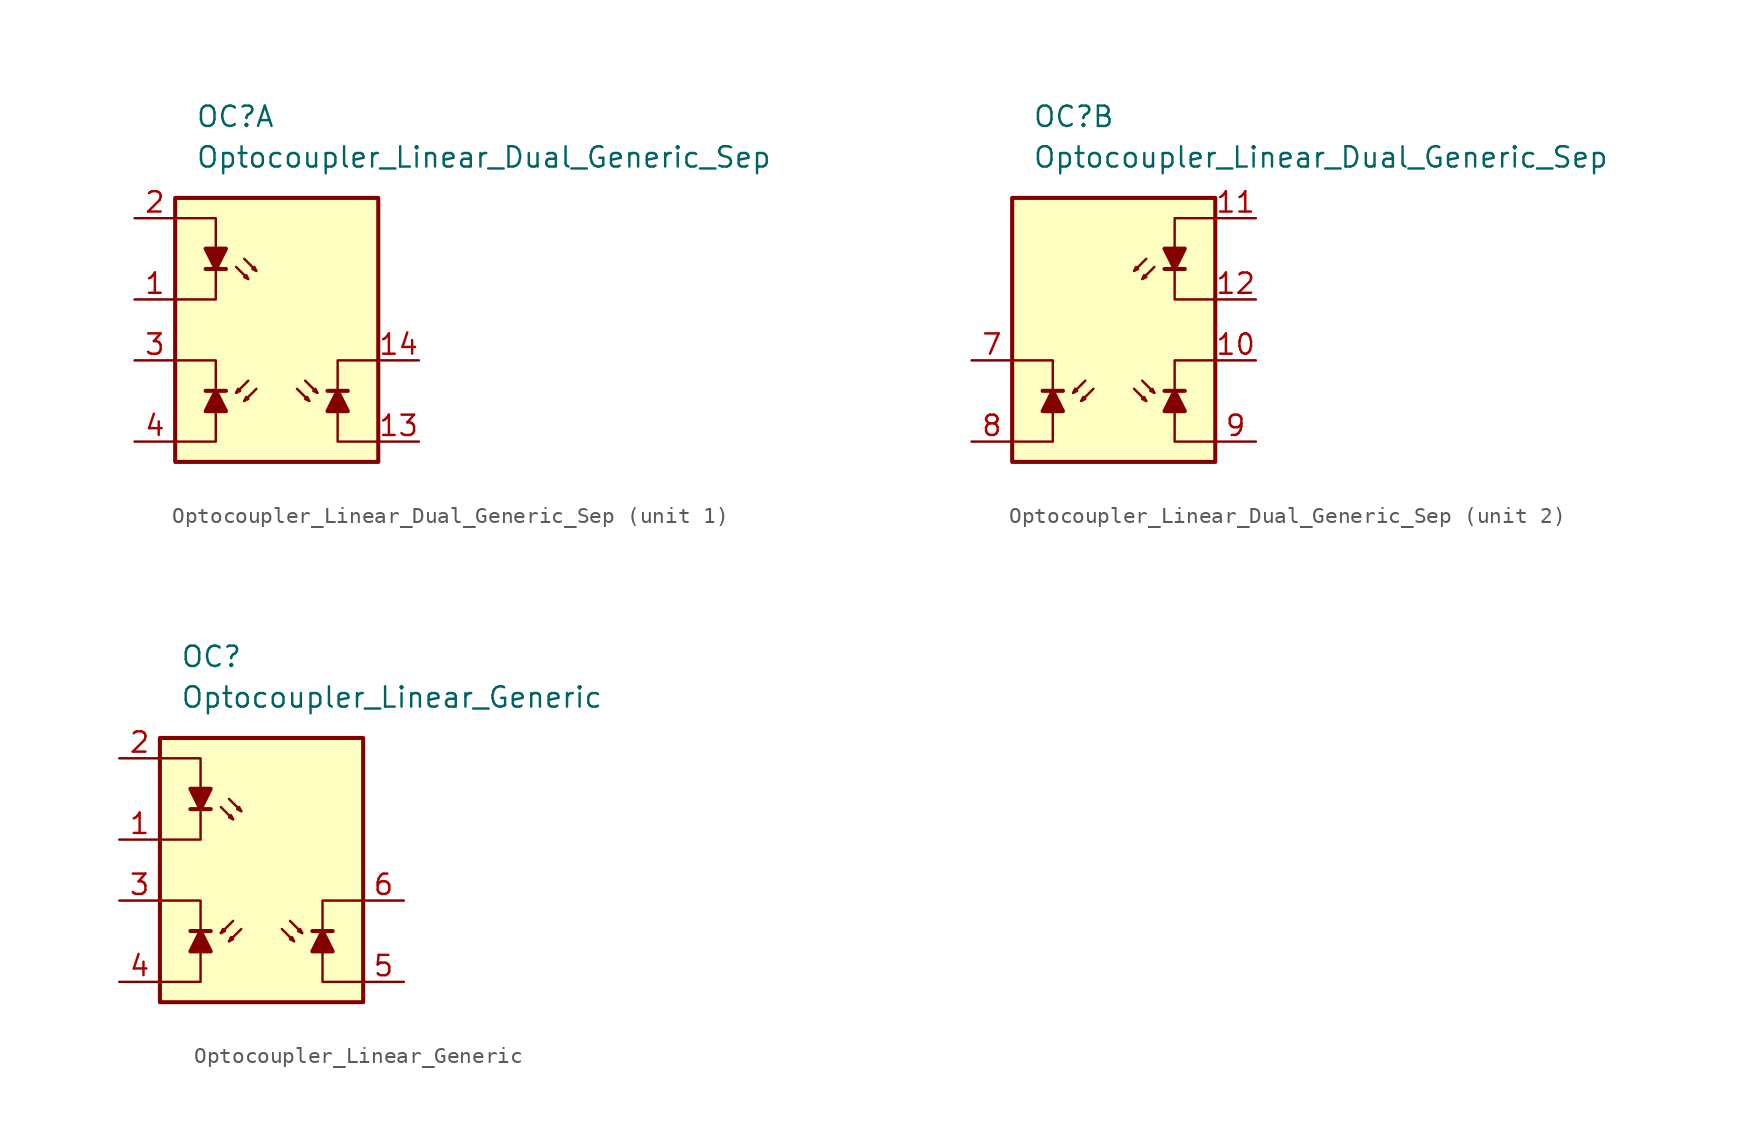
<source format=kicad_sym>
(kicad_symbol_lib
  (version 20211014)
  (generator kicad_symbol_editor)
  (symbol "Optocoupler_Linear_Dual_Generic_Sep"
    (pin_names
      (offset 1.016))
    (property "Reference" "OC"
      (at -5.08 12.7 0)
      (effects (font (size 1.27 1.27)) (justify left)))
    (property "Value" "Optocoupler_Linear_Dual_Generic_Sep"
      (at -5.08 10.16 0)
      (effects (font (size 1.27 1.27)) (justify left)))
    (property "ki_locked" ""
      (at 0 0 0)
      (effects (font (size 1.27 1.27))))
    (symbol "Optocoupler_Linear_Dual_Generic_Sep_0_0"
      (rectangle (start 6.35 7.62) (end -6.35 -8.89) (stroke (width 0.254) (type default) (color 0 0 0 0)) (fill (type background))))
    (symbol "Optocoupler_Linear_Dual_Generic_Sep_1_1"
      (polyline (pts (xy -4.445 -4.445) (xy -3.175 -4.445)) (stroke (width 0.254) (type default) (color 0 0 0 0)) (fill (type none)))
      (polyline (pts (xy -4.445 3.175) (xy -3.175 3.175)) (stroke (width 0.254) (type default) (color 0 0 0 0)) (fill (type none)))
      (polyline (pts (xy -1.778 -3.81) (xy -2.54 -4.572)) (stroke (width 0) (type default) (color 0 0 0 0)) (fill (type none)))
      (polyline (pts (xy -1.27 -4.318) (xy -2.032 -5.08)) (stroke (width 0) (type default) (color 0 0 0 0)) (fill (type none)))
      (polyline (pts (xy 1.27 -4.318) (xy 2.032 -5.08)) (stroke (width 0) (type default) (color 0 0 0 0)) (fill (type none)))
      (polyline (pts (xy 1.778 -3.81) (xy 2.54 -4.572)) (stroke (width 0) (type default) (color 0 0 0 0)) (fill (type none)))
      (polyline (pts (xy 4.445 -4.445) (xy 3.175 -4.445)) (stroke (width 0.254) (type default) (color 0 0 0 0)) (fill (type none)))
      (polyline (pts (xy -6.35 -7.62) (xy -3.81 -7.62) (xy -3.81 -4.445)) (stroke (width 0) (type default) (color 0 0 0 0)) (fill (type none)))
      (polyline (pts (xy -3.81 -4.445) (xy -3.81 -2.54) (xy -6.35 -2.54)) (stroke (width 0) (type default) (color 0 0 0 0)) (fill (type none)))
      (polyline (pts (xy 3.81 -4.445) (xy 3.81 -2.54) (xy 6.35 -2.54)) (stroke (width 0) (type default) (color 0 0 0 0)) (fill (type none)))
      (polyline (pts (xy 6.35 -7.62) (xy 3.81 -7.62) (xy 3.81 -4.445)) (stroke (width 0) (type default) (color 0 0 0 0)) (fill (type none)))
      (polyline (pts (xy -6.35 6.35) (xy -3.81 6.35) (xy -3.81 1.27) (xy -6.35 1.27)) (stroke (width 0.152) (type default) (color 0 0 0 0)) (fill (type none)))
      (polyline (pts (xy -4.445 4.445) (xy -3.175 4.445) (xy -3.81 3.175) (xy -4.445 4.445)) (stroke (width 0.254) (type default) (color 0 0 0 0)) (fill (type outline)))
      (polyline (pts (xy -3.81 -4.445) (xy -4.445 -5.715) (xy -3.175 -5.715) (xy -3.81 -4.445)) (stroke (width 0.254) (type default) (color 0 0 0 0)) (fill (type outline)))
      (polyline (pts (xy -2.54 -4.572) (xy -2.286 -4.445) (xy -2.413 -4.318) (xy -2.54 -4.572)) (stroke (width 0) (type default) (color 0 0 0 0)) (fill (type none)))
      (polyline (pts (xy -2.032 -5.08) (xy -1.778 -4.953) (xy -1.905 -4.826) (xy -2.032 -5.08)) (stroke (width 0) (type default) (color 0 0 0 0)) (fill (type none)))
      (polyline (pts (xy 2.032 -5.08) (xy 1.778 -4.953) (xy 1.905 -4.826) (xy 2.032 -5.08)) (stroke (width 0) (type default) (color 0 0 0 0)) (fill (type none)))
      (polyline (pts (xy 2.54 -4.572) (xy 2.286 -4.445) (xy 2.413 -4.318) (xy 2.54 -4.572)) (stroke (width 0) (type default) (color 0 0 0 0)) (fill (type none)))
      (polyline (pts (xy 3.81 -4.445) (xy 4.445 -5.715) (xy 3.175 -5.715) (xy 3.81 -4.445)) (stroke (width 0.254) (type default) (color 0 0 0 0)) (fill (type outline)))
      (polyline (pts (xy -2.54 3.302) (xy -1.778 2.54) (xy -2.032 2.667) (xy -1.905 2.794) (xy -1.778 2.54)) (stroke (width 0.152) (type default) (color 0 0 0 0)) (fill (type none)))
      (polyline (pts (xy -2.032 3.81) (xy -1.27 3.048) (xy -1.524 3.175) (xy -1.397 3.302) (xy -1.27 3.048)) (stroke (width 0.152) (type default) (color 0 0 0 0)) (fill (type none)))
      (pin passive line (at -8.89 1.27 0) (length 2.54) (name "~" (effects (font (size 1.27 1.27)))) (number "1" (effects (font (size 1.27 1.27)))))
      (pin passive line (at 8.89 -7.62 180) (length 2.54) (name "~" (effects (font (size 1.27 1.27)))) (number "13" (effects (font (size 1.27 1.27)))))
      (pin passive line (at 8.89 -2.54 180) (length 2.54) (name "~" (effects (font (size 1.27 1.27)))) (number "14" (effects (font (size 1.27 1.27)))))
      (pin no_connect line (at 1.27 1.27 0) (length 2.54) hide (name "NC" (effects (font (size 1.27 1.27)))) (number "15" (effects (font (size 1.27 1.27)))))
      (pin no_connect line (at 1.27 -1.27 0) (length 2.54) hide (name "NC" (effects (font (size 1.27 1.27)))) (number "16" (effects (font (size 1.27 1.27)))))
      (pin passive line (at -8.89 6.35 0) (length 2.54) (name "~" (effects (font (size 1.27 1.27)))) (number "2" (effects (font (size 1.27 1.27)))))
      (pin passive line (at -8.89 -2.54 0) (length 2.54) (name "~" (effects (font (size 1.27 1.27)))) (number "3" (effects (font (size 1.27 1.27)))))
      (pin passive line (at -8.89 -7.62 0) (length 2.54) (name "~" (effects (font (size 1.27 1.27)))) (number "4" (effects (font (size 1.27 1.27)))))
      (pin no_connect line (at 1.27 6.35 0) (length 2.54) hide (name "NC" (effects (font (size 1.27 1.27)))) (number "5" (effects (font (size 1.27 1.27)))))
      (pin no_connect line (at 1.27 3.81 0) (length 2.54) hide (name "NC" (effects (font (size 1.27 1.27)))) (number "6" (effects (font (size 1.27 1.27))))))
    (symbol "Optocoupler_Linear_Dual_Generic_Sep_2_1"
      (polyline (pts (xy -4.445 -4.445) (xy -3.175 -4.445)) (stroke (width 0.254) (type default) (color 0 0 0 0)) (fill (type none)))
      (polyline (pts (xy -1.778 -3.81) (xy -2.54 -4.572)) (stroke (width 0) (type default) (color 0 0 0 0)) (fill (type none)))
      (polyline (pts (xy -1.27 -4.318) (xy -2.032 -5.08)) (stroke (width 0) (type default) (color 0 0 0 0)) (fill (type none)))
      (polyline (pts (xy 1.27 -4.318) (xy 2.032 -5.08)) (stroke (width 0) (type default) (color 0 0 0 0)) (fill (type none)))
      (polyline (pts (xy 1.778 -3.81) (xy 2.54 -4.572)) (stroke (width 0) (type default) (color 0 0 0 0)) (fill (type none)))
      (polyline (pts (xy 4.445 -4.445) (xy 3.175 -4.445)) (stroke (width 0.254) (type default) (color 0 0 0 0)) (fill (type none)))
      (polyline (pts (xy 4.445 3.175) (xy 3.175 3.175)) (stroke (width 0.254) (type default) (color 0 0 0 0)) (fill (type none)))
      (polyline (pts (xy -6.35 -7.62) (xy -3.81 -7.62) (xy -3.81 -4.445)) (stroke (width 0) (type default) (color 0 0 0 0)) (fill (type none)))
      (polyline (pts (xy -3.81 -4.445) (xy -3.81 -2.54) (xy -6.35 -2.54)) (stroke (width 0) (type default) (color 0 0 0 0)) (fill (type none)))
      (polyline (pts (xy 3.81 -4.445) (xy 3.81 -2.54) (xy 6.35 -2.54)) (stroke (width 0) (type default) (color 0 0 0 0)) (fill (type none)))
      (polyline (pts (xy 6.35 -7.62) (xy 3.81 -7.62) (xy 3.81 -4.445)) (stroke (width 0) (type default) (color 0 0 0 0)) (fill (type none)))
      (polyline (pts (xy -3.81 -4.445) (xy -4.445 -5.715) (xy -3.175 -5.715) (xy -3.81 -4.445)) (stroke (width 0.254) (type default) (color 0 0 0 0)) (fill (type outline)))
      (polyline (pts (xy -2.54 -4.572) (xy -2.286 -4.445) (xy -2.413 -4.318) (xy -2.54 -4.572)) (stroke (width 0) (type default) (color 0 0 0 0)) (fill (type none)))
      (polyline (pts (xy -2.032 -5.08) (xy -1.778 -4.953) (xy -1.905 -4.826) (xy -2.032 -5.08)) (stroke (width 0) (type default) (color 0 0 0 0)) (fill (type none)))
      (polyline (pts (xy 2.032 -5.08) (xy 1.778 -4.953) (xy 1.905 -4.826) (xy 2.032 -5.08)) (stroke (width 0) (type default) (color 0 0 0 0)) (fill (type none)))
      (polyline (pts (xy 2.54 -4.572) (xy 2.286 -4.445) (xy 2.413 -4.318) (xy 2.54 -4.572)) (stroke (width 0) (type default) (color 0 0 0 0)) (fill (type none)))
      (polyline (pts (xy 3.81 -4.445) (xy 4.445 -5.715) (xy 3.175 -5.715) (xy 3.81 -4.445)) (stroke (width 0.254) (type default) (color 0 0 0 0)) (fill (type outline)))
      (polyline (pts (xy 4.445 4.445) (xy 3.175 4.445) (xy 3.81 3.175) (xy 4.445 4.445)) (stroke (width 0.254) (type default) (color 0 0 0 0)) (fill (type outline)))
      (polyline (pts (xy 6.35 6.35) (xy 3.81 6.35) (xy 3.81 1.27) (xy 6.35 1.27)) (stroke (width 0.152) (type default) (color 0 0 0 0)) (fill (type none)))
      (polyline (pts (xy 2.032 3.81) (xy 1.27 3.048) (xy 1.524 3.175) (xy 1.397 3.302) (xy 1.27 3.048)) (stroke (width 0.152) (type default) (color 0 0 0 0)) (fill (type none)))
      (polyline (pts (xy 2.54 3.302) (xy 1.778 2.54) (xy 2.032 2.667) (xy 1.905 2.794) (xy 1.778 2.54)) (stroke (width 0.152) (type default) (color 0 0 0 0)) (fill (type none)))
      (pin passive line (at 8.89 -2.54 180) (length 2.54) (name "~" (effects (font (size 1.27 1.27)))) (number "10" (effects (font (size 1.27 1.27)))))
      (pin passive line (at 8.89 6.35 180) (length 2.54) (name "~" (effects (font (size 1.27 1.27)))) (number "11" (effects (font (size 1.27 1.27)))))
      (pin passive line (at 8.89 1.27 180) (length 2.54) (name "~" (effects (font (size 1.27 1.27)))) (number "12" (effects (font (size 1.27 1.27)))))
      (pin passive line (at -8.89 -2.54 0) (length 2.54) (name "~" (effects (font (size 1.27 1.27)))) (number "7" (effects (font (size 1.27 1.27)))))
      (pin passive line (at -8.89 -7.62 0) (length 2.54) (name "~" (effects (font (size 1.27 1.27)))) (number "8" (effects (font (size 1.27 1.27)))))
      (pin passive line (at 8.89 -7.62 180) (length 2.54) (name "~" (effects (font (size 1.27 1.27)))) (number "9" (effects (font (size 1.27 1.27)))))))
  (symbol "Optocoupler_Linear_Generic"
    (pin_names
      (offset 1.016))
    (property "Reference" "OC"
      (at -5.08 12.7 0)
      (effects (font (size 1.27 1.27)) (justify left)))
    (property "Value" "Optocoupler_Linear_Generic"
      (at -5.08 10.16 0)
      (effects (font (size 1.27 1.27)) (justify left)))
    (symbol "Optocoupler_Linear_Generic_0_0"
      (rectangle (start -6.35 7.62) (end 6.35 -8.89) (stroke (width 0.254) (type default) (color 0 0 0 0)) (fill (type background)))
      (polyline (pts (xy -2.54 3.302) (xy -1.778 2.54)) (stroke (width 0) (type default) (color 0 0 0 0)) (fill (type none)))
      (polyline (pts (xy -2.032 3.81) (xy -1.27 3.048)) (stroke (width 0) (type default) (color 0 0 0 0)) (fill (type none)))
      (polyline (pts (xy -1.778 2.54) (xy -2.032 2.667) (xy -1.905 2.794) (xy -1.778 2.54)) (stroke (width 0) (type default) (color 0 0 0 0)) (fill (type none)))
      (polyline (pts (xy -1.27 3.048) (xy -1.524 3.175) (xy -1.397 3.302) (xy -1.27 3.048)) (stroke (width 0) (type default) (color 0 0 0 0)) (fill (type none))))
    (symbol "Optocoupler_Linear_Generic_0_1"
      (polyline (pts (xy -4.445 3.175) (xy -3.175 3.175)) (stroke (width 0.254) (type default) (color 0 0 0 0)) (fill (type none)))
      (polyline (pts (xy -6.35 6.35) (xy -3.81 6.35) (xy -3.81 3.175)) (stroke (width 0) (type default) (color 0 0 0 0)) (fill (type none)))
      (polyline (pts (xy -3.81 3.175) (xy -3.81 1.27) (xy -6.35 1.27)) (stroke (width 0) (type default) (color 0 0 0 0)) (fill (type none)))
      (polyline (pts (xy -3.81 3.175) (xy -4.445 4.445) (xy -3.175 4.445) (xy -3.81 3.175)) (stroke (width 0.254) (type default) (color 0 0 0 0)) (fill (type outline))))
    (symbol "Optocoupler_Linear_Generic_1_1"
      (polyline (pts (xy -4.445 -4.445) (xy -3.175 -4.445)) (stroke (width 0.254) (type default) (color 0 0 0 0)) (fill (type none)))
      (polyline (pts (xy -1.778 -3.81) (xy -2.54 -4.572)) (stroke (width 0) (type default) (color 0 0 0 0)) (fill (type none)))
      (polyline (pts (xy -1.27 -4.318) (xy -2.032 -5.08)) (stroke (width 0) (type default) (color 0 0 0 0)) (fill (type none)))
      (polyline (pts (xy 1.27 -4.318) (xy 2.032 -5.08)) (stroke (width 0) (type default) (color 0 0 0 0)) (fill (type none)))
      (polyline (pts (xy 1.778 -3.81) (xy 2.54 -4.572)) (stroke (width 0) (type default) (color 0 0 0 0)) (fill (type none)))
      (polyline (pts (xy 4.445 -4.445) (xy 3.175 -4.445)) (stroke (width 0.254) (type default) (color 0 0 0 0)) (fill (type none)))
      (polyline (pts (xy -6.35 -7.62) (xy -3.81 -7.62) (xy -3.81 -4.445)) (stroke (width 0) (type default) (color 0 0 0 0)) (fill (type none)))
      (polyline (pts (xy -3.81 -4.445) (xy -3.81 -2.54) (xy -6.35 -2.54)) (stroke (width 0) (type default) (color 0 0 0 0)) (fill (type none)))
      (polyline (pts (xy 3.81 -4.445) (xy 3.81 -2.54) (xy 6.35 -2.54)) (stroke (width 0) (type default) (color 0 0 0 0)) (fill (type none)))
      (polyline (pts (xy 6.35 -7.62) (xy 3.81 -7.62) (xy 3.81 -4.445)) (stroke (width 0) (type default) (color 0 0 0 0)) (fill (type none)))
      (polyline (pts (xy -3.81 -4.445) (xy -4.445 -5.715) (xy -3.175 -5.715) (xy -3.81 -4.445)) (stroke (width 0.254) (type default) (color 0 0 0 0)) (fill (type outline)))
      (polyline (pts (xy -2.54 -4.572) (xy -2.286 -4.445) (xy -2.413 -4.318) (xy -2.54 -4.572)) (stroke (width 0) (type default) (color 0 0 0 0)) (fill (type none)))
      (polyline (pts (xy -2.032 -5.08) (xy -1.778 -4.953) (xy -1.905 -4.826) (xy -2.032 -5.08)) (stroke (width 0) (type default) (color 0 0 0 0)) (fill (type none)))
      (polyline (pts (xy 2.032 -5.08) (xy 1.778 -4.953) (xy 1.905 -4.826) (xy 2.032 -5.08)) (stroke (width 0) (type default) (color 0 0 0 0)) (fill (type none)))
      (polyline (pts (xy 2.54 -4.572) (xy 2.286 -4.445) (xy 2.413 -4.318) (xy 2.54 -4.572)) (stroke (width 0) (type default) (color 0 0 0 0)) (fill (type none)))
      (polyline (pts (xy 3.81 -4.445) (xy 4.445 -5.715) (xy 3.175 -5.715) (xy 3.81 -4.445)) (stroke (width 0.254) (type default) (color 0 0 0 0)) (fill (type outline)))
      (pin passive line (at -8.89 1.27 0) (length 2.54) (name "~" (effects (font (size 1.27 1.27)))) (number "1" (effects (font (size 1.27 1.27)))))
      (pin passive line (at -8.89 6.35 0) (length 2.54) (name "~" (effects (font (size 1.27 1.27)))) (number "2" (effects (font (size 1.27 1.27)))))
      (pin passive line (at -8.89 -2.54 0) (length 2.54) (name "~" (effects (font (size 1.27 1.27)))) (number "3" (effects (font (size 1.27 1.27)))))
      (pin passive line (at -8.89 -7.62 0) (length 2.54) (name "~" (effects (font (size 1.27 1.27)))) (number "4" (effects (font (size 1.27 1.27)))))
      (pin passive line (at 8.89 -7.62 180) (length 2.54) (name "~" (effects (font (size 1.27 1.27)))) (number "5" (effects (font (size 1.27 1.27)))))
      (pin passive line (at 8.89 -2.54 180) (length 2.54) (name "~" (effects (font (size 1.27 1.27)))) (number "6" (effects (font (size 1.27 1.27)))))
      (pin no_connect line (at 2.54 5.08 0) (length 2.54) hide (name "NC" (effects (font (size 1.27 1.27)))) (number "7" (effects (font (size 1.27 1.27)))))
      (pin no_connect line (at 2.54 2.54 0) (length 2.54) hide (name "NC" (effects (font (size 1.27 1.27)))) (number "8" (effects (font (size 1.27 1.27))))))))
</source>
